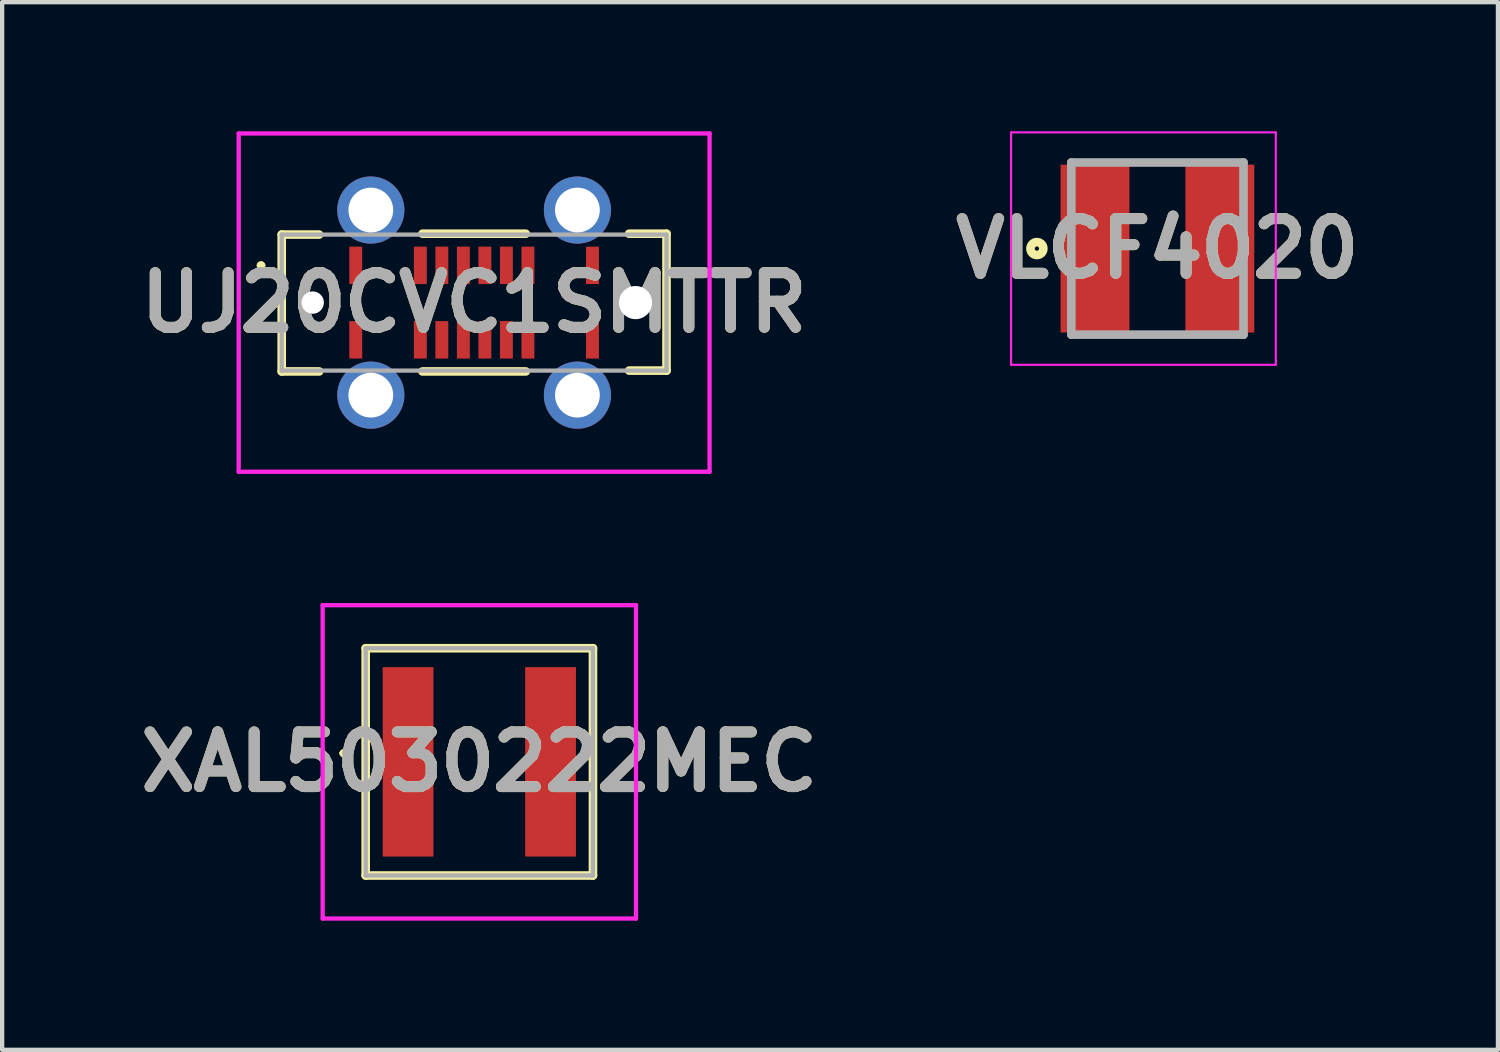
<source format=kicad_pcb>
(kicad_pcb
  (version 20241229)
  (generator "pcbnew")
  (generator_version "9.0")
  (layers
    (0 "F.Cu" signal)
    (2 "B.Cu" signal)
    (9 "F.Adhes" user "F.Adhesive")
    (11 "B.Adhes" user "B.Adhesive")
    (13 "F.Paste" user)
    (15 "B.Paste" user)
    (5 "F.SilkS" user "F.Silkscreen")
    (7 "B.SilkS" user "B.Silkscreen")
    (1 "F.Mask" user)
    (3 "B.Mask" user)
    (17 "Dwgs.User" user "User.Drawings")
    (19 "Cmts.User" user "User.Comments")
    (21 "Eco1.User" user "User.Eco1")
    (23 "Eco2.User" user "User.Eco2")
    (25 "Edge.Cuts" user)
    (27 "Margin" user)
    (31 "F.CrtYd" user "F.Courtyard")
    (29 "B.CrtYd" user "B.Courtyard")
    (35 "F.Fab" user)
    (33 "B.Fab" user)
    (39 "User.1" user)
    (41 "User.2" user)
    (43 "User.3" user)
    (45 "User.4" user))
  (footprint "VLCF4020"
    (layer "F.Cu")
    (at 23.84 2.725)
    (property "Reference" "VLCF4020" (at 0 0 0) (layer "F.SilkS") (effects (font (size 1.27 1.27) (thickness 0.254))))
    (attr smd)
    (fp_circle (center -2.8 0) (end -2.8 0.05) (stroke (width 0.2) (type solid)) (fill no) (layer "F.SilkS"))
    (fp_line (start -3.4 -2.7) (end 2.75 -2.7) (stroke (width 0.05) (type solid)) (layer "F.CrtYd"))
    (fp_line (start -3.4 2.7) (end -3.4 -2.7) (stroke (width 0.05) (type solid)) (layer "F.CrtYd"))
    (fp_line (start 2.75 -2.7) (end 2.75 2.7) (stroke (width 0.05) (type solid)) (layer "F.CrtYd"))
    (fp_line (start 2.75 2.7) (end -3.4 2.7) (stroke (width 0.05) (type solid)) (layer "F.CrtYd"))
    (fp_line (start -2 -2) (end 2 -2) (stroke (width 0.2) (type solid)) (layer "F.Fab"))
    (fp_line (start -2 2) (end -2 -2) (stroke (width 0.2) (type solid)) (layer "F.Fab"))
    (fp_line (start 2 -2) (end 2 2) (stroke (width 0.2) (type solid)) (layer "F.Fab"))
    (fp_line (start 2 2) (end -2 2) (stroke (width 0.2) (type solid)) (layer "F.Fab"))
    (fp_text user "${REFERENCE}" (at 0 0 0) (layer "F.Fab") (effects (font (size 1.27 1.27) (thickness 0.254))))
    (pad "1" smd rect (at -1.45 0) (size 1.6 3.9) (layers "F.Cu" "F.Mask" "F.Paste"))
    (pad "2" smd rect (at 1.45 0) (size 1.6 3.9) (layers "F.Cu" "F.Mask" "F.Paste")))
  (footprint "UJ20CVC1SMTTR"
    (layer "F.Cu")
    (at 7.965 3.98)
    (property "Reference" "UJ20CVC1SMTTR" (at 0 0 0) (layer "F.SilkS") (effects (font (size 1.27 1.27) (thickness 0.254))))
    (attr through_hole)
    (fp_line (start -5 -0.865) (end -5 -0.865) (stroke (width 0.1) (type solid)) (layer "F.SilkS"))
    (fp_line (start -4.9 -0.865) (end -4.9 -0.865) (stroke (width 0.1) (type solid)) (layer "F.SilkS"))
    (fp_line (start -4.47 -1.58) (end -3.6 -1.58) (stroke (width 0.2) (type solid)) (layer "F.SilkS"))
    (fp_line (start -4.47 1.6) (end -4.47 -1.58) (stroke (width 0.2) (type solid)) (layer "F.SilkS"))
    (fp_line (start -3.6 1.6) (end -4.47 1.6) (stroke (width 0.2) (type solid)) (layer "F.SilkS"))
    (fp_line (start -1.2 -1.6) (end 1.2 -1.6) (stroke (width 0.2) (type solid)) (layer "F.SilkS"))
    (fp_line (start 1.2 1.6) (end -1.2 1.6) (stroke (width 0.2) (type solid)) (layer "F.SilkS"))
    (fp_line (start 3.6 -1.6) (end 4.47 -1.6) (stroke (width 0.2) (type solid)) (layer "F.SilkS"))
    (fp_line (start 4.47 -1.6) (end 4.47 1.58) (stroke (width 0.2) (type solid)) (layer "F.SilkS"))
    (fp_line (start 4.47 1.58) (end 3.6 1.58) (stroke (width 0.2) (type solid)) (layer "F.SilkS"))
    (fp_arc (start -5 -0.865) (mid -4.95 -0.915) (end -4.9 -0.865) (stroke (width 0.1) (type solid)) (layer "F.SilkS"))
    (fp_arc (start -4.9 -0.865) (mid -4.95 -0.815) (end -5 -0.865) (stroke (width 0.1) (type solid)) (layer "F.SilkS"))
    (fp_line (start -5.47 -3.93) (end 5.47 -3.93) (stroke (width 0.1) (type solid)) (layer "F.CrtYd"))
    (fp_line (start -5.47 3.93) (end -5.47 -3.93) (stroke (width 0.1) (type solid)) (layer "F.CrtYd"))
    (fp_line (start 5.47 -3.93) (end 5.47 3.93) (stroke (width 0.1) (type solid)) (layer "F.CrtYd"))
    (fp_line (start 5.47 3.93) (end -5.47 3.93) (stroke (width 0.1) (type solid)) (layer "F.CrtYd"))
    (fp_line (start -4.47 -1.58) (end 4.47 -1.58) (stroke (width 0.1) (type solid)) (layer "F.Fab"))
    (fp_line (start -4.47 1.58) (end -4.47 -1.58) (stroke (width 0.1) (type solid)) (layer "F.Fab"))
    (fp_line (start 4.47 -1.58) (end 4.47 1.58) (stroke (width 0.1) (type solid)) (layer "F.Fab"))
    (fp_line (start 4.47 1.58) (end -4.47 1.58) (stroke (width 0.1) (type solid)) (layer "F.Fab"))
    (fp_text user "${REFERENCE}" (at 0 0 0) (layer "F.Fab") (effects (font (size 1.27 1.27) (thickness 0.254))))
    (pad "" np_thru_hole circle (at -3.75 0) (size 0.52 0.52) (drill 0.52) (layers "*.Cu" "*.Mask"))
    (pad "" np_thru_hole circle (at 3.75 0) (size 0.77 0.77) (drill 0.77) (layers "*.Cu" "*.Mask"))
    (pad "1" thru_hole circle (at -2.4 -2.15) (size 1.56 1.56) (drill 1.04) (layers "*.Cu" "*.Mask"))
    (pad "2" thru_hole circle (at 2.4 -2.15) (size 1.56 1.56) (drill 1.04) (layers "*.Cu" "*.Mask"))
    (pad "3" thru_hole circle (at -2.4 2.15) (size 1.56 1.56) (drill 1.04) (layers "*.Cu" "*.Mask"))
    (pad "4" thru_hole circle (at 2.4 2.15) (size 1.56 1.56) (drill 1.04) (layers "*.Cu" "*.Mask"))
    (pad "A1" smd rect (at -2.75 -0.865) (size 0.3 0.87) (layers "F.Cu" "F.Mask" "F.Paste"))
    (pad "A4" smd rect (at -1.25 -0.865) (size 0.3 0.87) (layers "F.Cu" "F.Mask" "F.Paste"))
    (pad "A5" smd rect (at -0.75 -0.865) (size 0.3 0.87) (layers "F.Cu" "F.Mask" "F.Paste"))
    (pad "A6" smd rect (at -0.25 -0.865) (size 0.3 0.87) (layers "F.Cu" "F.Mask" "F.Paste"))
    (pad "A7" smd rect (at 0.25 -0.865) (size 0.3 0.87) (layers "F.Cu" "F.Mask" "F.Paste"))
    (pad "A8" smd rect (at 0.75 -0.865) (size 0.3 0.87) (layers "F.Cu" "F.Mask" "F.Paste"))
    (pad "A9" smd rect (at 1.25 -0.865) (size 0.3 0.87) (layers "F.Cu" "F.Mask" "F.Paste"))
    (pad "A12" smd rect (at 2.75 -0.865) (size 0.3 0.87) (layers "F.Cu" "F.Mask" "F.Paste"))
    (pad "B1" smd rect (at 2.75 0.865) (size 0.3 0.87) (layers "F.Cu" "F.Mask" "F.Paste"))
    (pad "B4" smd rect (at 1.25 0.865) (size 0.3 0.87) (layers "F.Cu" "F.Mask" "F.Paste"))
    (pad "B5" smd rect (at 0.75 0.865) (size 0.3 0.87) (layers "F.Cu" "F.Mask" "F.Paste"))
    (pad "B6" smd rect (at 0.25 0.865) (size 0.3 0.87) (layers "F.Cu" "F.Mask" "F.Paste"))
    (pad "B7" smd rect (at -0.25 0.865) (size 0.3 0.87) (layers "F.Cu" "F.Mask" "F.Paste"))
    (pad "B8" smd rect (at -0.75 0.865) (size 0.3 0.87) (layers "F.Cu" "F.Mask" "F.Paste"))
    (pad "B9" smd rect (at -1.25 0.865) (size 0.3 0.87) (layers "F.Cu" "F.Mask" "F.Paste"))
    (pad "B12" smd rect (at -2.75 0.865) (size 0.3 0.87) (layers "F.Cu" "F.Mask" "F.Paste")))
  (footprint "XAL5030222MEC"
    (layer "F.Cu")
    (at 8.086 14.65)
    (property "Reference" "XAL5030222MEC" (at 0 0 0) (layer "F.SilkS") (effects (font (size 1.27 1.27) (thickness 0.254))))
    (attr smd)
    (fp_line (start -3.2 -0.2) (end -3.2 -0.2) (stroke (width 0.1) (type solid)) (layer "F.SilkS"))
    (fp_line (start -3.1 -0.2) (end -3.1 -0.2) (stroke (width 0.1) (type solid)) (layer "F.SilkS"))
    (fp_line (start -2.64 -2.64) (end 2.64 -2.64) (stroke (width 0.2) (type solid)) (layer "F.SilkS"))
    (fp_line (start -2.64 2.64) (end -2.64 -2.64) (stroke (width 0.2) (type solid)) (layer "F.SilkS"))
    (fp_line (start 2.64 -2.64) (end 2.64 2.64) (stroke (width 0.2) (type solid)) (layer "F.SilkS"))
    (fp_line (start 2.64 2.64) (end -2.64 2.64) (stroke (width 0.2) (type solid)) (layer "F.SilkS"))
    (fp_arc (start -3.2 -0.2) (mid -3.15 -0.25) (end -3.1 -0.2) (stroke (width 0.1) (type solid)) (layer "F.SilkS"))
    (fp_arc (start -3.1 -0.2) (mid -3.15 -0.15) (end -3.2 -0.2) (stroke (width 0.1) (type solid)) (layer "F.SilkS"))
    (fp_line (start -3.64 -3.64) (end 3.64 -3.64) (stroke (width 0.1) (type solid)) (layer "F.CrtYd"))
    (fp_line (start -3.64 3.64) (end -3.64 -3.64) (stroke (width 0.1) (type solid)) (layer "F.CrtYd"))
    (fp_line (start 3.64 -3.64) (end 3.64 3.64) (stroke (width 0.1) (type solid)) (layer "F.CrtYd"))
    (fp_line (start 3.64 3.64) (end -3.64 3.64) (stroke (width 0.1) (type solid)) (layer "F.CrtYd"))
    (fp_line (start -2.64 -2.64) (end 2.64 -2.64) (stroke (width 0.1) (type solid)) (layer "F.Fab"))
    (fp_line (start -2.64 2.64) (end -2.64 -2.64) (stroke (width 0.1) (type solid)) (layer "F.Fab"))
    (fp_line (start 2.64 -2.64) (end 2.64 2.64) (stroke (width 0.1) (type solid)) (layer "F.Fab"))
    (fp_line (start 2.64 2.64) (end -2.64 2.64) (stroke (width 0.1) (type solid)) (layer "F.Fab"))
    (fp_text user "${REFERENCE}" (at 0 0 0) (layer "F.Fab") (effects (font (size 1.27 1.27) (thickness 0.254))))
    (pad "1" smd rect (at -1.655 0) (size 1.18 4.4) (layers "F.Cu" "F.Mask" "F.Paste"))
    (pad "2" smd rect (at 1.655 0) (size 1.18 4.4) (layers "F.Cu" "F.Mask" "F.Paste")))
  (gr_rect
    (start -3 -3)
    (end 31.751 21.34)
    (stroke (width 0.1) (type default))
    (fill no)
    (layer "Edge.Cuts")))
</source>
